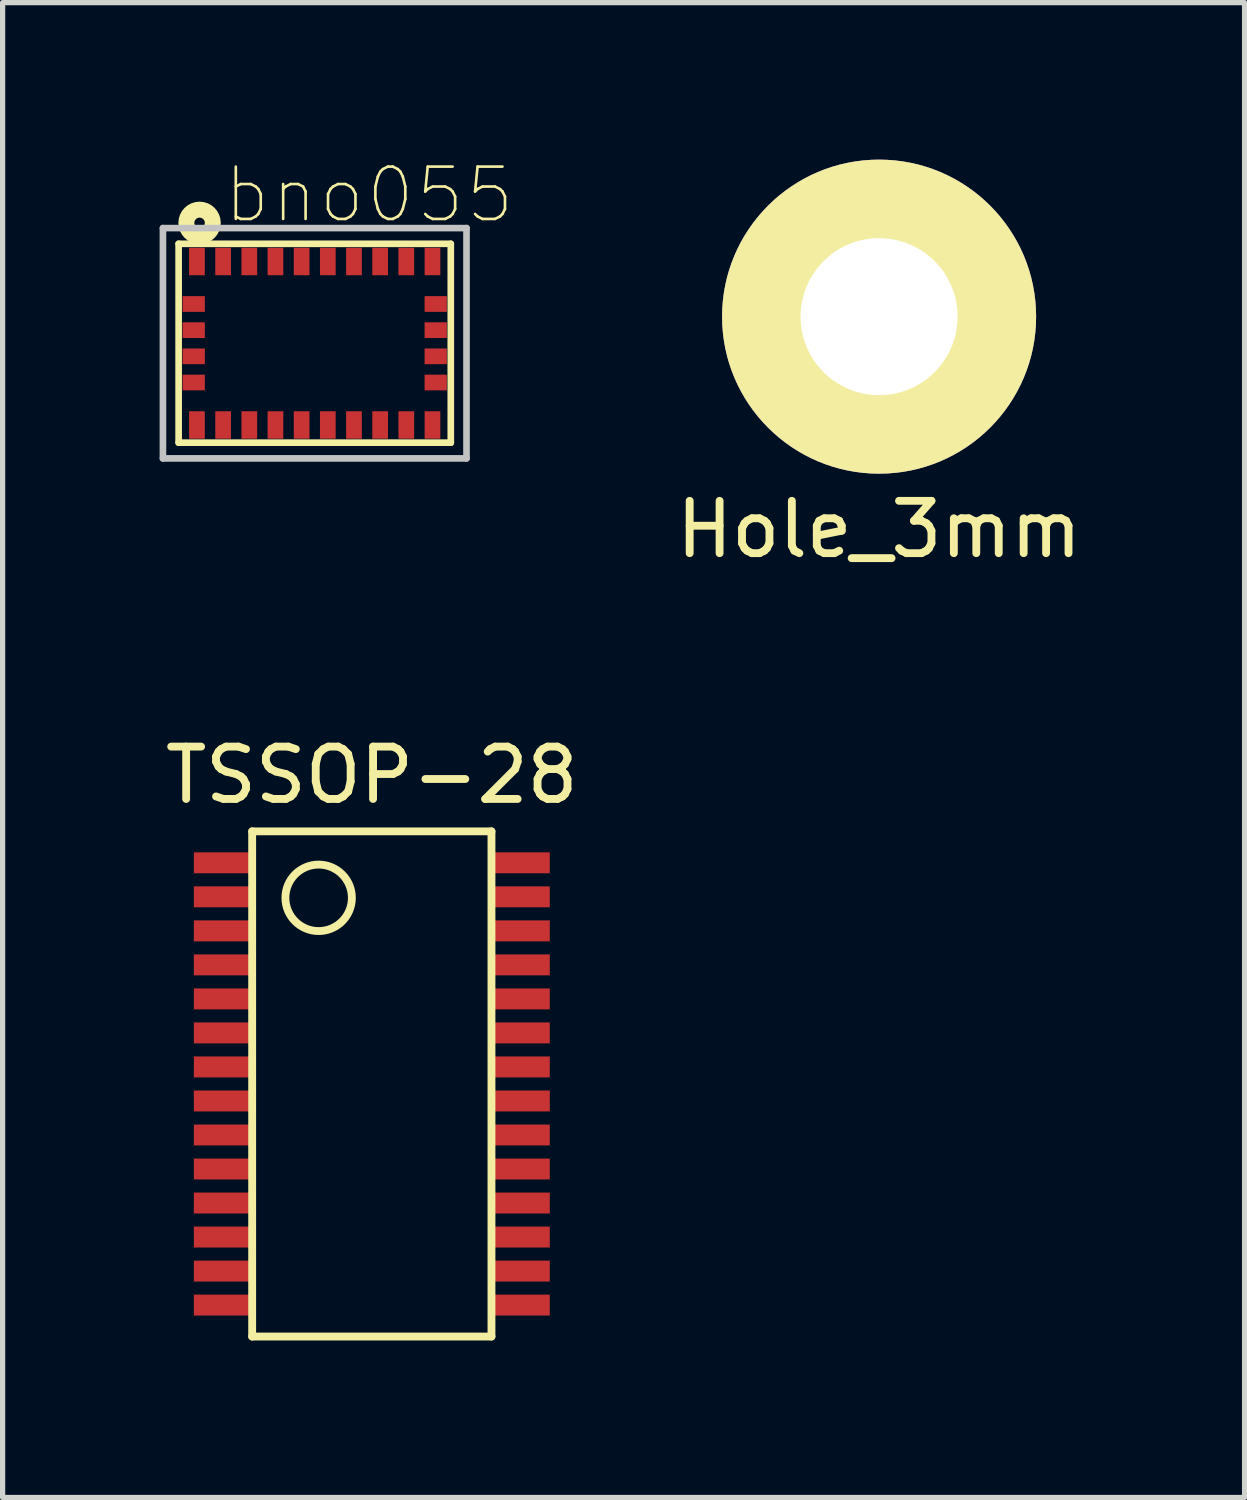
<source format=kicad_pcb>
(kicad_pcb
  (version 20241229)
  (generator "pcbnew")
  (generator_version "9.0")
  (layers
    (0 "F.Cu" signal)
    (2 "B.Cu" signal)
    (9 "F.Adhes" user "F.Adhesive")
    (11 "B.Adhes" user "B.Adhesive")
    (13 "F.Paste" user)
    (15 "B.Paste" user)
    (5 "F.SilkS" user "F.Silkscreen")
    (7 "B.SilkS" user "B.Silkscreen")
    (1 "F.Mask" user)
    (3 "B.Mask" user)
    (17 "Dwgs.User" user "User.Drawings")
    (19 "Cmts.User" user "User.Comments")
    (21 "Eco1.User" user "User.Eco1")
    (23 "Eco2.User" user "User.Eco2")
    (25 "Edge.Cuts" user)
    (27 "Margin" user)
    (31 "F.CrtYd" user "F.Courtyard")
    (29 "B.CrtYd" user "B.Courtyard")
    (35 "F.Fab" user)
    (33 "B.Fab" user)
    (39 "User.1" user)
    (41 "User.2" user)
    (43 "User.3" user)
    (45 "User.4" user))
  (footprint "TSSOP-28"
    (layer "F.Cu")
    (at 4.054 17.66)
    (property "Reference" "TSSOP-28" (at 0 -5.9 0) (layer "F.SilkS") (effects (font (size 1 1) (thickness 0.15))))
    (attr smd)
    (fp_line (start -2.286 -4.826) (end 2.286 -4.826) (stroke (width 0.15) (type solid)) (layer "F.SilkS"))
    (fp_line (start -2.286 4.826) (end -2.286 -4.826) (stroke (width 0.15) (type solid)) (layer "F.SilkS"))
    (fp_line (start 2.286 -4.826) (end 2.286 4.826) (stroke (width 0.15) (type solid)) (layer "F.SilkS"))
    (fp_line (start 2.286 4.826) (end -2.286 4.826) (stroke (width 0.15) (type solid)) (layer "F.SilkS"))
    (fp_circle (center -1.016 -3.556) (end -1.016 -4.191) (stroke (width 0.15) (type solid)) (fill no) (layer "F.SilkS"))
    (pad "1" smd rect (at -2.85 -4.225) (size 1.1 0.4) (layers "F.Cu" "F.Mask" "F.Paste"))
    (pad "2" smd rect (at -2.85 -3.575) (size 1.1 0.4) (layers "F.Cu" "F.Mask" "F.Paste"))
    (pad "3" smd rect (at -2.85 -2.925) (size 1.1 0.4) (layers "F.Cu" "F.Mask" "F.Paste"))
    (pad "4" smd rect (at -2.85 -2.275) (size 1.1 0.4) (layers "F.Cu" "F.Mask" "F.Paste"))
    (pad "5" smd rect (at -2.85 -1.625) (size 1.1 0.4) (layers "F.Cu" "F.Mask" "F.Paste"))
    (pad "6" smd rect (at -2.85 -0.975) (size 1.1 0.4) (layers "F.Cu" "F.Mask" "F.Paste"))
    (pad "7" smd rect (at -2.85 -0.325) (size 1.1 0.4) (layers "F.Cu" "F.Mask" "F.Paste"))
    (pad "8" smd rect (at -2.85 0.325) (size 1.1 0.4) (layers "F.Cu" "F.Mask" "F.Paste"))
    (pad "9" smd rect (at -2.85 0.975) (size 1.1 0.4) (layers "F.Cu" "F.Mask" "F.Paste"))
    (pad "10" smd rect (at -2.85 1.625) (size 1.1 0.4) (layers "F.Cu" "F.Mask" "F.Paste"))
    (pad "11" smd rect (at -2.85 2.275) (size 1.1 0.4) (layers "F.Cu" "F.Mask" "F.Paste"))
    (pad "12" smd rect (at -2.85 2.925) (size 1.1 0.4) (layers "F.Cu" "F.Mask" "F.Paste"))
    (pad "13" smd rect (at -2.85 3.575) (size 1.1 0.4) (layers "F.Cu" "F.Mask" "F.Paste"))
    (pad "14" smd rect (at -2.85 4.225) (size 1.1 0.4) (layers "F.Cu" "F.Mask" "F.Paste"))
    (pad "15" smd rect (at 2.85 4.225) (size 1.1 0.4) (layers "F.Cu" "F.Mask" "F.Paste"))
    (pad "16" smd rect (at 2.85 3.575) (size 1.1 0.4) (layers "F.Cu" "F.Mask" "F.Paste"))
    (pad "17" smd rect (at 2.85 2.925) (size 1.1 0.4) (layers "F.Cu" "F.Mask" "F.Paste"))
    (pad "18" smd rect (at 2.85 2.275) (size 1.1 0.4) (layers "F.Cu" "F.Mask" "F.Paste"))
    (pad "19" smd rect (at 2.85 1.625) (size 1.1 0.4) (layers "F.Cu" "F.Mask" "F.Paste"))
    (pad "20" smd rect (at 2.85 0.975) (size 1.1 0.4) (layers "F.Cu" "F.Mask" "F.Paste"))
    (pad "21" smd rect (at 2.85 0.325) (size 1.1 0.4) (layers "F.Cu" "F.Mask" "F.Paste"))
    (pad "22" smd rect (at 2.85 -0.325) (size 1.1 0.4) (layers "F.Cu" "F.Mask" "F.Paste"))
    (pad "23" smd rect (at 2.85 -0.975) (size 1.1 0.4) (layers "F.Cu" "F.Mask" "F.Paste"))
    (pad "24" smd rect (at 2.85 -1.625) (size 1.1 0.4) (layers "F.Cu" "F.Mask" "F.Paste"))
    (pad "25" smd rect (at 2.85 -2.275) (size 1.1 0.4) (layers "F.Cu" "F.Mask" "F.Paste"))
    (pad "26" smd rect (at 2.85 -2.925) (size 1.1 0.4) (layers "F.Cu" "F.Mask" "F.Paste"))
    (pad "27" smd rect (at 2.85 -3.575) (size 1.1 0.4) (layers "F.Cu" "F.Mask" "F.Paste"))
    (pad "28" smd rect (at 2.85 -4.225) (size 1.1 0.4) (layers "F.Cu" "F.Mask" "F.Paste")))
  (footprint "Hole_3mm"
    (layer "F.Cu")
    (at 13.746 3)
    (property "Reference" "Hole_3mm" (at 0 4.064 0) (layer "F.SilkS") (effects (font (size 1 1) (thickness 0.15))))
    (attr through_hole)
    (pad "" np_thru_hole circle (at 0 0) (size 6 6) (drill 3) (layers "*.Cu" "*.Mask" "F.SilkS")))
  (footprint "bno055"
    (layer "F.Cu")
    (at 2.963 3.508)
    (property "Reference" "bno055" (at 1.04 -2.835 0) (layer "F.SilkS") (effects (font (size 1 1) (thickness 0.05))))
    (attr smd)
    (fp_line (start -2.6 -1.9) (end -2.6 1.9) (stroke (width 0.127) (type solid)) (layer "F.SilkS"))
    (fp_line (start -2.6 1.9) (end 2.6 1.9) (stroke (width 0.127) (type solid)) (layer "F.SilkS"))
    (fp_line (start 2.6 -1.9) (end -2.6 -1.9) (stroke (width 0.127) (type solid)) (layer "F.SilkS"))
    (fp_line (start 2.6 1.9) (end 2.6 -1.9) (stroke (width 0.127) (type solid)) (layer "F.SilkS"))
    (fp_circle (center -2.2 -2.3) (end -2.1 -2.3) (stroke (width 0.305) (type solid)) (fill no) (layer "F.SilkS"))
    (fp_line (start -2.9 -2.2) (end 2.9 -2.2) (stroke (width 0.127) (type solid)) (layer "Dwgs.User"))
    (fp_line (start -2.9 2.2) (end -2.9 -2.2) (stroke (width 0.127) (type solid)) (layer "Dwgs.User"))
    (fp_line (start 2.9 -2.2) (end 2.9 2.2) (stroke (width 0.127) (type solid)) (layer "Dwgs.User"))
    (fp_line (start 2.9 2.2) (end -2.9 2.2) (stroke (width 0.127) (type solid)) (layer "Dwgs.User"))
    (pad "1" smd rect (at -2.25 -1.562 180) (size 0.3 0.525) (layers "F.Cu" "F.Mask" "F.Paste"))
    (pad "2" smd rect (at -2.312 -0.75 270) (size 0.3 0.425) (layers "F.Cu" "F.Mask" "F.Paste"))
    (pad "3" smd rect (at -2.312 -0.25 270) (size 0.3 0.425) (layers "F.Cu" "F.Mask" "F.Paste"))
    (pad "4" smd rect (at -2.312 0.25 270) (size 0.3 0.425) (layers "F.Cu" "F.Mask" "F.Paste"))
    (pad "5" smd rect (at -2.312 0.75 270) (size 0.3 0.425) (layers "F.Cu" "F.Mask" "F.Paste"))
    (pad "6" smd rect (at -2.25 1.562 180) (size 0.3 0.525) (layers "F.Cu" "F.Mask" "F.Paste"))
    (pad "7" smd rect (at -1.75 1.562 180) (size 0.3 0.525) (layers "F.Cu" "F.Mask" "F.Paste"))
    (pad "8" smd rect (at -1.25 1.562 180) (size 0.3 0.525) (layers "F.Cu" "F.Mask" "F.Paste"))
    (pad "9" smd rect (at -0.75 1.562 180) (size 0.3 0.525) (layers "F.Cu" "F.Mask" "F.Paste"))
    (pad "10" smd rect (at -0.25 1.562 180) (size 0.3 0.525) (layers "F.Cu" "F.Mask" "F.Paste"))
    (pad "11" smd rect (at 0.25 1.562 180) (size 0.3 0.525) (layers "F.Cu" "F.Mask" "F.Paste"))
    (pad "12" smd rect (at 0.75 1.562 180) (size 0.3 0.525) (layers "F.Cu" "F.Mask" "F.Paste"))
    (pad "13" smd rect (at 1.25 1.562 180) (size 0.3 0.525) (layers "F.Cu" "F.Mask" "F.Paste"))
    (pad "14" smd rect (at 1.75 1.562 180) (size 0.3 0.525) (layers "F.Cu" "F.Mask" "F.Paste"))
    (pad "15" smd rect (at 2.25 1.562 180) (size 0.3 0.525) (layers "F.Cu" "F.Mask" "F.Paste"))
    (pad "16" smd rect (at 2.312 0.75 270) (size 0.3 0.425) (layers "F.Cu" "F.Mask" "F.Paste"))
    (pad "17" smd rect (at 2.312 0.25 270) (size 0.3 0.425) (layers "F.Cu" "F.Mask" "F.Paste"))
    (pad "18" smd rect (at 2.312 -0.25 270) (size 0.3 0.425) (layers "F.Cu" "F.Mask" "F.Paste"))
    (pad "19" smd rect (at 2.312 -0.75 270) (size 0.3 0.425) (layers "F.Cu" "F.Mask" "F.Paste"))
    (pad "20" smd rect (at 2.25 -1.562 180) (size 0.3 0.525) (layers "F.Cu" "F.Mask" "F.Paste"))
    (pad "21" smd rect (at 1.75 -1.562 180) (size 0.3 0.525) (layers "F.Cu" "F.Mask" "F.Paste"))
    (pad "22" smd rect (at 1.25 -1.562 180) (size 0.3 0.525) (layers "F.Cu" "F.Mask" "F.Paste"))
    (pad "23" smd rect (at 0.75 -1.562 180) (size 0.3 0.525) (layers "F.Cu" "F.Mask" "F.Paste"))
    (pad "24" smd rect (at 0.25 -1.562 180) (size 0.3 0.525) (layers "F.Cu" "F.Mask" "F.Paste"))
    (pad "25" smd rect (at -0.25 -1.562 180) (size 0.3 0.525) (layers "F.Cu" "F.Mask" "F.Paste"))
    (pad "26" smd rect (at -0.75 -1.562 180) (size 0.3 0.525) (layers "F.Cu" "F.Mask" "F.Paste"))
    (pad "27" smd rect (at -1.25 -1.562 180) (size 0.3 0.525) (layers "F.Cu" "F.Mask" "F.Paste"))
    (pad "28" smd rect (at -1.75 -1.562 180) (size 0.3 0.525) (layers "F.Cu" "F.Mask" "F.Paste")))
  (gr_rect
    (start -3 -3)
    (end 20.729 25.561)
    (stroke (width 0.1) (type default))
    (fill no)
    (layer "Edge.Cuts")))
</source>
